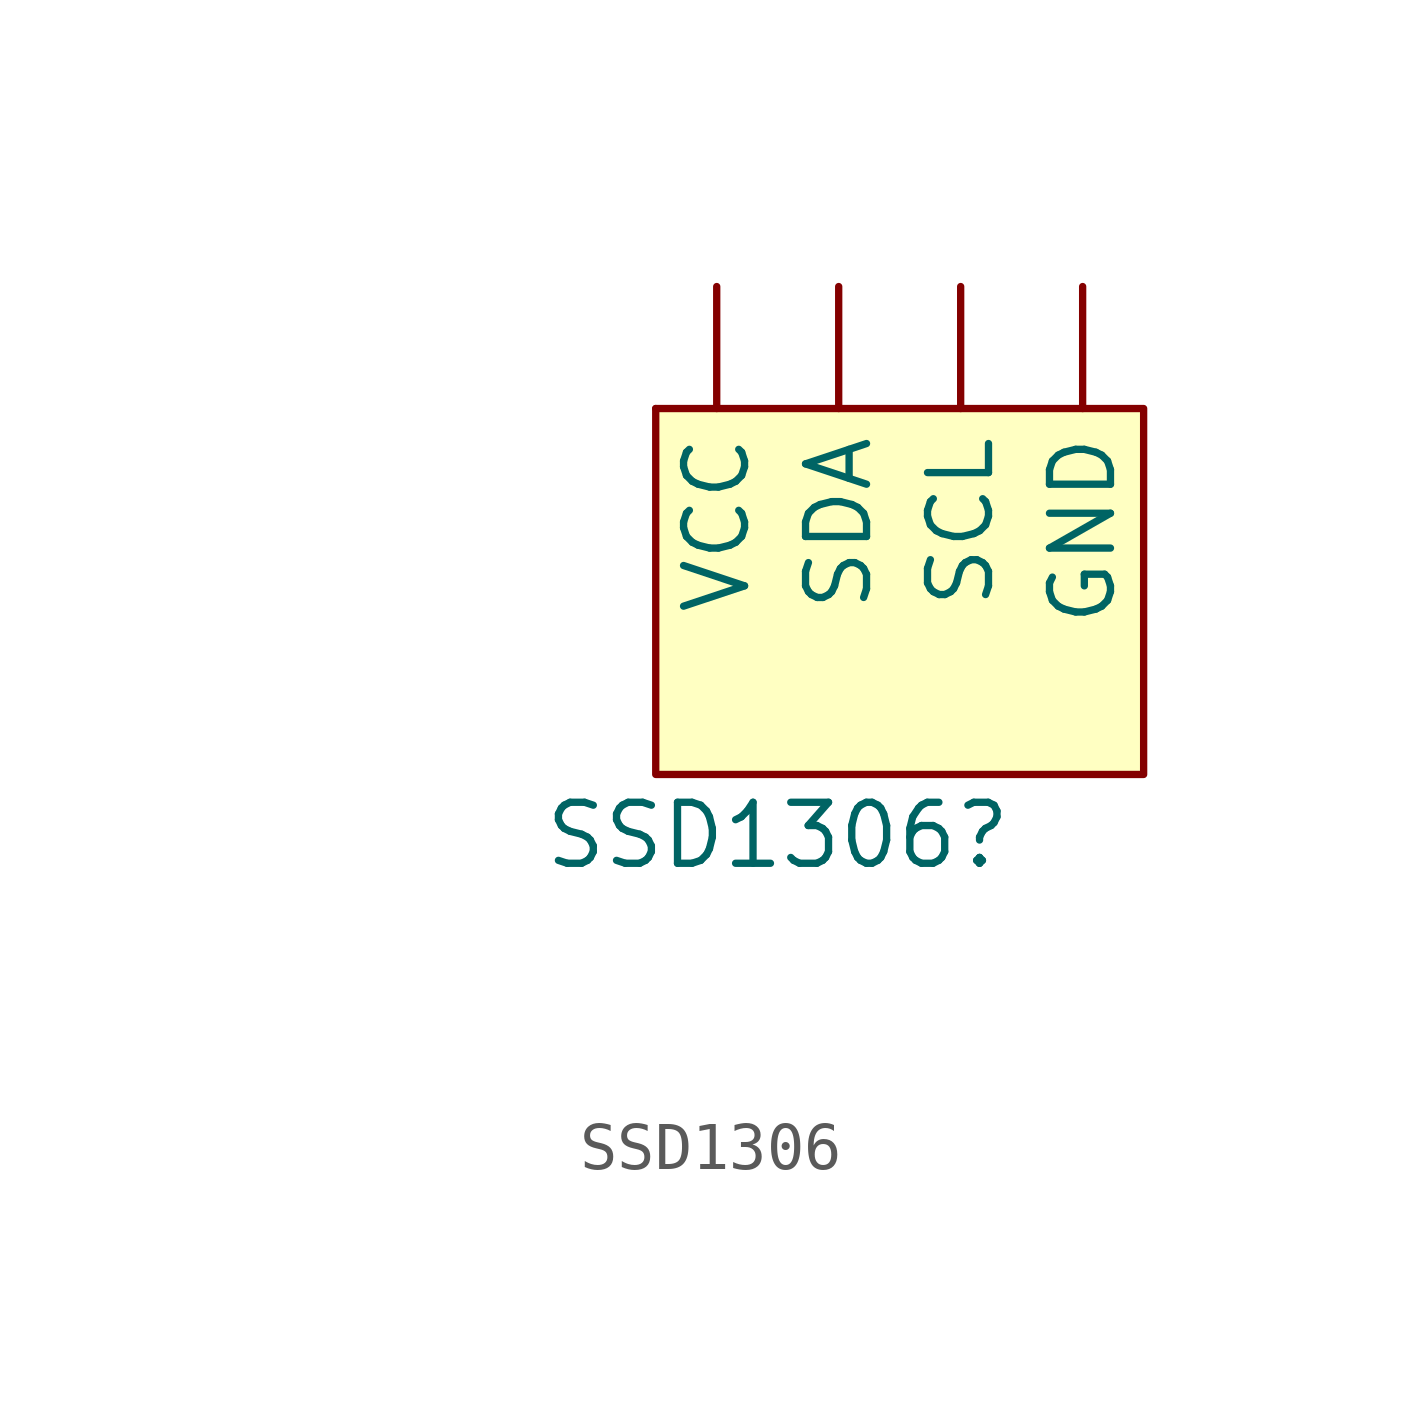
<source format=kicad_sym>
(kicad_symbol_lib
  (version 20220914)
  (generator kicad_symbol_editor)
  (symbol "SSD1306"
    (property "Reference" "SSD1306"
      (at -6.35 -1.27 0)
      (effects (font (size 1.27 1.27))))
    (property "Value" ""
      (at -16.51 -5.08 0)
      (effects (font (size 1.27 1.27))))
    (symbol "SSD1306_0_1"
      (rectangle (start -8.89 7.62) (end -8.89 7.62) (stroke (width 0) (type default)) (fill (type none))))
    (symbol "SSD1306_1_1"
      (rectangle (start -8.89 7.62) (end 1.27 0) (stroke (width 0) (type default)) (fill (type background)))
      (pin power_in line (at 0 10.16 270) (length 2.54) (name "GND" (effects (font (size 1.27 1.27)))) (number "" (effects (font (size 1.27 1.27)))))
      (pin input line (at -2.54 10.16 270) (length 2.54) (name "SCL" (effects (font (size 1.27 1.27)))) (number "" (effects (font (size 1.27 1.27)))))
      (pin input line (at -5.08 10.16 270) (length 2.54) (name "SDA" (effects (font (size 1.27 1.27)))) (number "" (effects (font (size 1.27 1.27)))))
      (pin power_in line (at -7.62 10.16 270) (length 2.54) (name "VCC" (effects (font (size 1.27 1.27)))) (number "" (effects (font (size 1.27 1.27))))))))
</source>
